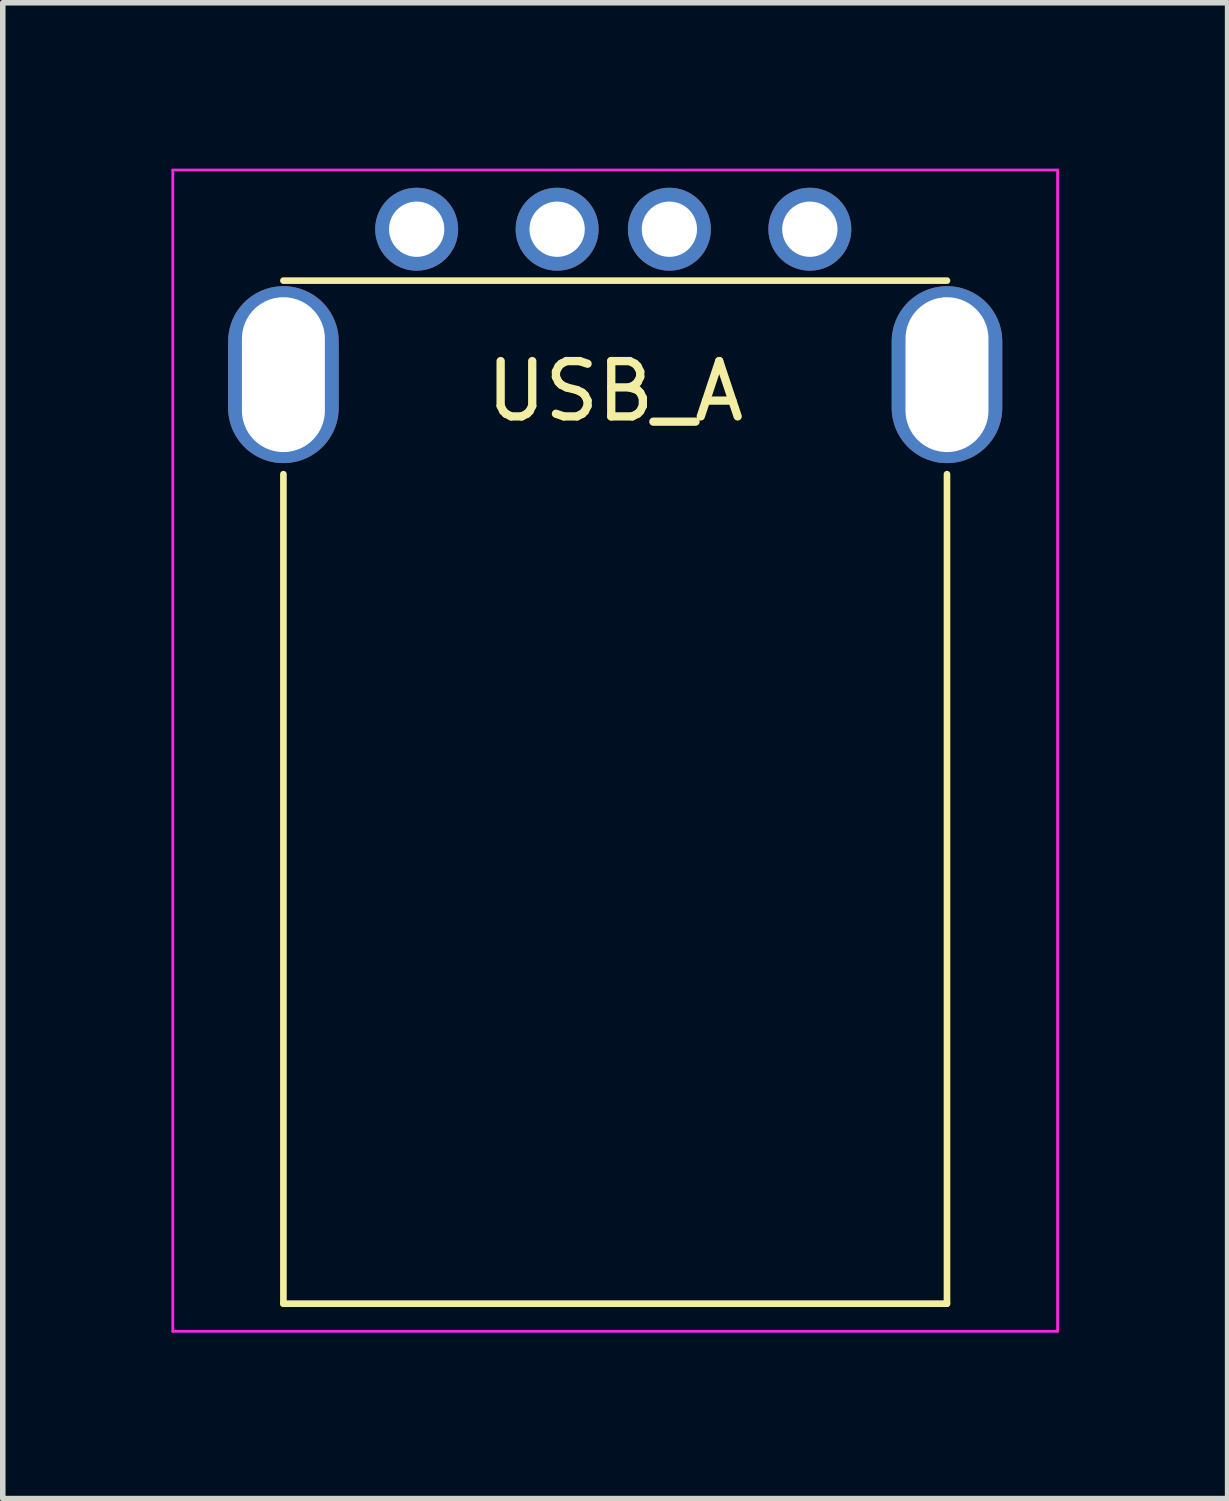
<source format=kicad_pcb>
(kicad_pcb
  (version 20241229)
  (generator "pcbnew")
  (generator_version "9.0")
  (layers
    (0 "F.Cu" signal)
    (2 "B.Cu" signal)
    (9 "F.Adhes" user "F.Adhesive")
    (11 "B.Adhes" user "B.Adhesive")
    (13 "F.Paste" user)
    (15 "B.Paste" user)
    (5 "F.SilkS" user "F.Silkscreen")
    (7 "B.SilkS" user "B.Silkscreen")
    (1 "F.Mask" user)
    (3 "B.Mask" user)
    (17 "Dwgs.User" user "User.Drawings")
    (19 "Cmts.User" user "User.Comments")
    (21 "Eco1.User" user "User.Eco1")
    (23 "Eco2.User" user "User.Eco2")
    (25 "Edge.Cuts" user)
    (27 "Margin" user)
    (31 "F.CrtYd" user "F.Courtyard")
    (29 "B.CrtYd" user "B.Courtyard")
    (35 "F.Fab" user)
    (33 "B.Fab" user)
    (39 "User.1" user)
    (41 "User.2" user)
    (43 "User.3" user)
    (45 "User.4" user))
  (footprint "USB_A"
    (layer "F.Cu")
    (at 2.075 2.025)
    (property "Reference" "USB_A" (at 6 2 0) (layer "F.SilkS") (effects (font (size 1 1) (thickness 0.15))))
    (attr through_hole)
    (fp_line (start 0 3.5) (end 0 18.5) (stroke (width 0.12) (type solid)) (layer "F.SilkS"))
    (fp_line (start 12 0) (end 0 0) (stroke (width 0.12) (type solid)) (layer "F.SilkS"))
    (fp_line (start 12 3.5) (end 12 18.5) (stroke (width 0.12) (type solid)) (layer "F.SilkS"))
    (fp_line (start 12 18.5) (end 0 18.5) (stroke (width 0.12) (type solid)) (layer "F.SilkS"))
    (fp_line (start -2 3.5) (end 14 3.5) (stroke (width 0.15) (type solid)) (layer "Margin"))
    (fp_line (start -2 -2) (end 14 -2) (stroke (width 0.05) (type solid)) (layer "F.CrtYd"))
    (fp_line (start -2 19) (end -2 -2) (stroke (width 0.05) (type solid)) (layer "F.CrtYd"))
    (fp_line (start -2 19) (end 14 19) (stroke (width 0.05) (type solid)) (layer "F.CrtYd"))
    (fp_line (start 14 -2) (end 14 19) (stroke (width 0.05) (type solid)) (layer "F.CrtYd"))
    (pad "1" thru_hole circle (at 9.52 -0.93 270) (size 1.5 1.5) (drill 1) (layers "*.Cu" "*.Mask"))
    (pad "2" thru_hole circle (at 6.98 -0.93) (size 1.5 1.5) (drill 1) (layers "*.Cu" "*.Mask"))
    (pad "3" thru_hole circle (at 4.95 -0.93 270) (size 1.5 1.5) (drill 1) (layers "*.Cu" "*.Mask"))
    (pad "4" thru_hole circle (at 2.41 -0.93 270) (size 1.5 1.5) (drill 1) (layers "*.Cu" "*.Mask"))
    (pad "5" thru_hole oval (at 0 1.7 270) (size 3.2 2) (drill oval 2.8 1.5) (layers "*.Cu" "*.Mask"))
    (pad "5" thru_hole oval (at 12 1.7 270) (size 3.2 2) (drill oval 2.8 1.5) (layers "*.Cu" "*.Mask")))
  (gr_rect
    (start -3 -3)
    (end 19.15 24.05)
    (stroke (width 0.1) (type default))
    (fill no)
    (layer "Edge.Cuts")))
</source>
